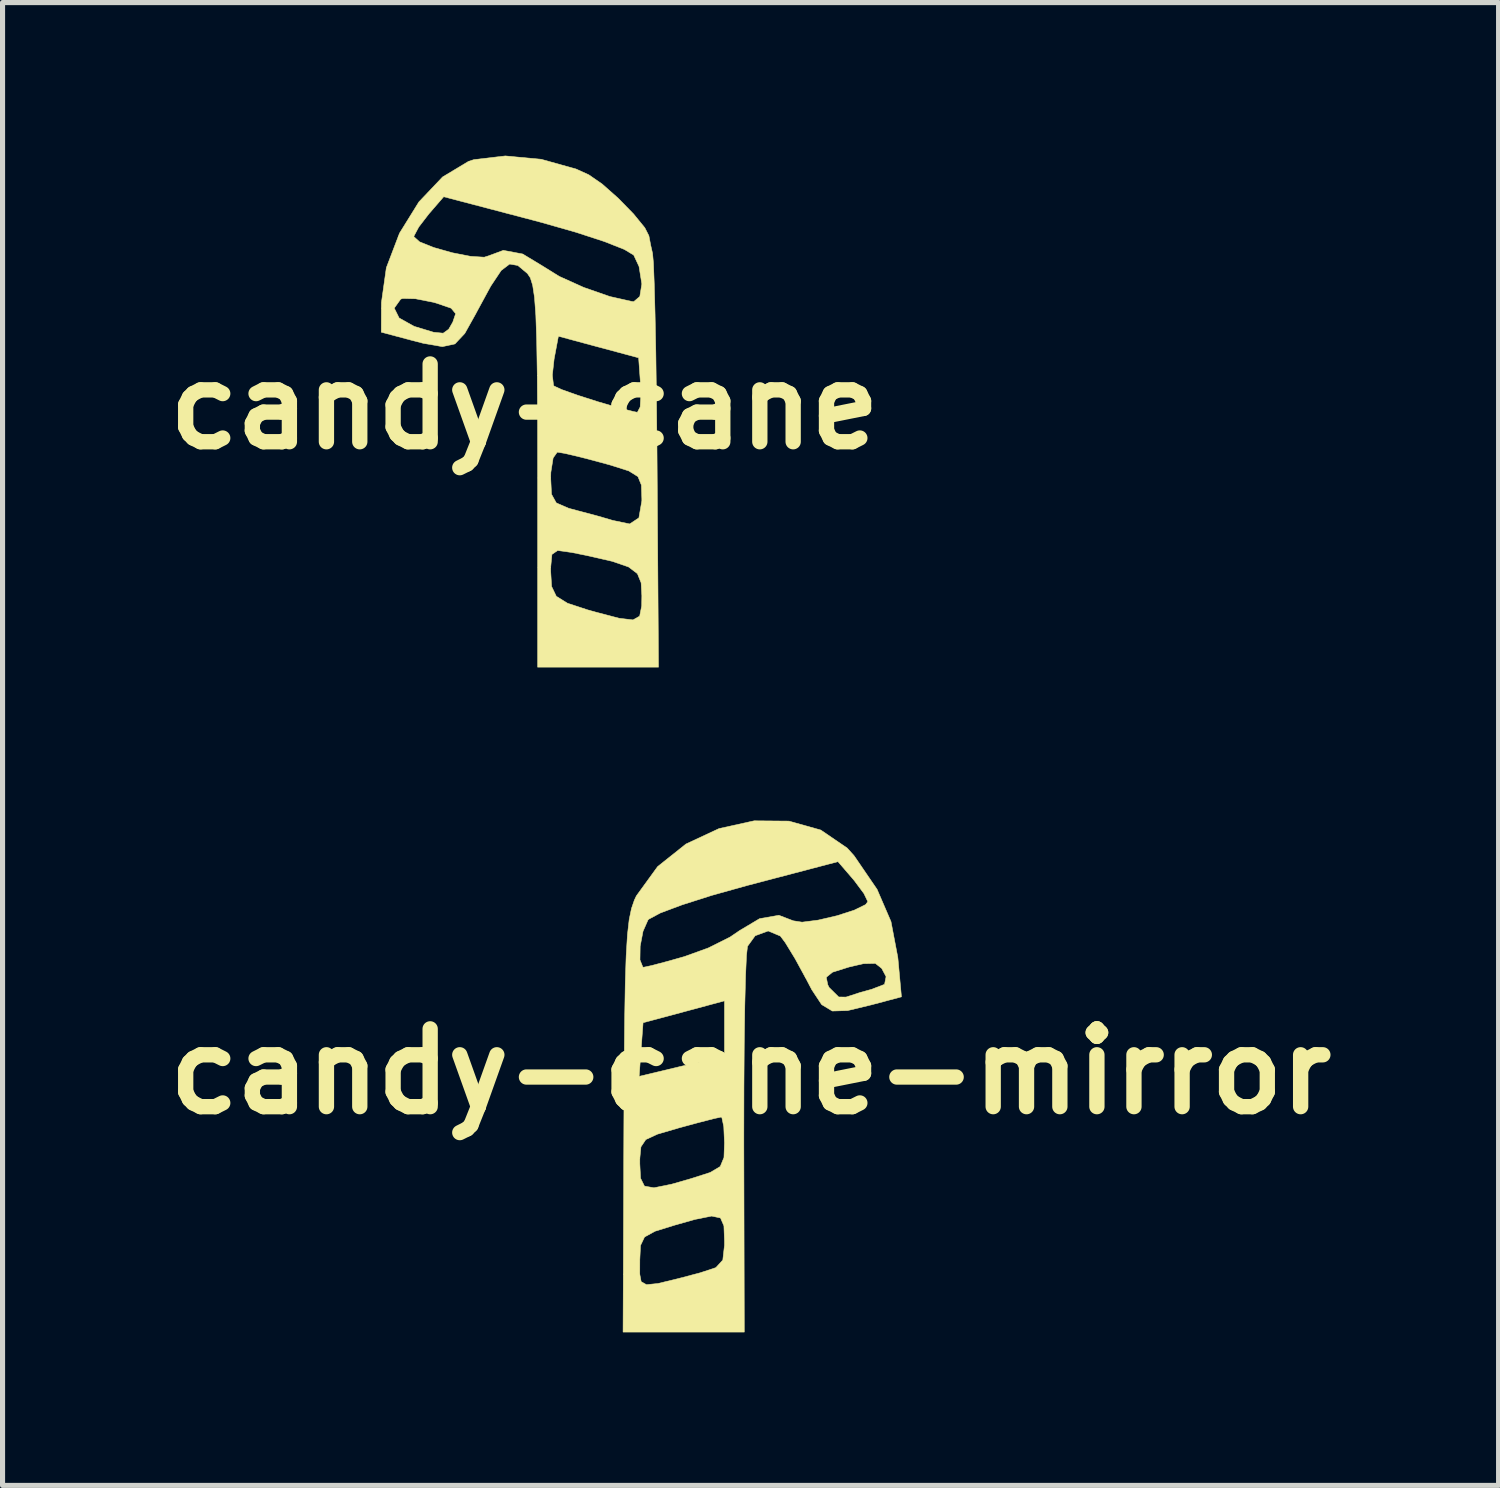
<source format=kicad_pcb>
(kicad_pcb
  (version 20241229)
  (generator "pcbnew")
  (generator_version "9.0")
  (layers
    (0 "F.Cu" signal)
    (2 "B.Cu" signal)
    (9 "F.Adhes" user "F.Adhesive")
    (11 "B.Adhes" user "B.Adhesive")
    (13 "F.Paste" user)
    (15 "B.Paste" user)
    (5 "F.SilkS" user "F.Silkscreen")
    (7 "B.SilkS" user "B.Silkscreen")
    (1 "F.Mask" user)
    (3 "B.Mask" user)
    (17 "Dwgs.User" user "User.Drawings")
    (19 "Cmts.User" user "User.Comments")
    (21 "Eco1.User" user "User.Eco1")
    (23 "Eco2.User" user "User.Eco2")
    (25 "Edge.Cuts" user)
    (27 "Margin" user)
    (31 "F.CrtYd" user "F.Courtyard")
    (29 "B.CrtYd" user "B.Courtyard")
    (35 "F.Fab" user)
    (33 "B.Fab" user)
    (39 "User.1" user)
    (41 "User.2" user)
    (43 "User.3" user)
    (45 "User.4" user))
  (footprint "candy-cane-mirror"
    (layer "F.Cu")
    (at 11.655 17.942)
    (property "Reference" "candy-cane-mirror" (at 0 0 0) (layer "F.SilkS") (effects (font (size 1.524 1.524) (thickness 0.3))))
    (attr through_hole)
    (fp_poly (pts (xy 0.752 -4.905) (xy 1.376 -4.73) (xy 1.893 -4.377) (xy 2.028 -4.227) (xy 2.479 -3.567) (xy 2.751 -2.937) (xy 2.884 -2.239) (xy 2.889 -2.193) (xy 2.956 -1.462) (xy 2.37 -1.306) (xy 1.901 -1.193) (xy 1.601 -1.184) (xy 1.393 -1.31) (xy 1.2 -1.601) (xy 1.086 -1.819) (xy 1.071 -1.845) (xy 1.483 -1.845) (xy 1.513 -1.697) (xy 1.54 -1.644) (xy 1.728 -1.459) (xy 1.872 -1.458) (xy 2.149 -1.548) (xy 2.373 -1.61) (xy 2.625 -1.707) (xy 2.655 -1.858) (xy 2.569 -2.02) (xy 2.445 -2.117) (xy 2.21 -2.112) (xy 1.931 -2.047) (xy 1.606 -1.945) (xy 1.483 -1.845) (xy 1.071 -1.845) (xy 0.871 -2.212) (xy 0.68 -2.525) (xy 0.584 -2.653) (xy 0.345 -2.753) (xy 0.09 -2.659) (xy -0.06 -2.452) (xy -0.08 -2.275) (xy -0.098 -1.877) (xy -0.113 -1.292) (xy -0.124 -0.554) (xy -0.13 0.301) (xy -0.132 1.24) (xy -0.132 1.431) (xy -0.123 5.106) (xy -2.498 5.106) (xy -2.493 3.971) (xy -2.171 3.971) (xy -2.143 4.119) (xy -2.039 4.177) (xy -1.814 4.154) (xy -1.421 4.059) (xy -0.989 3.945) (xy -0.68 3.843) (xy -0.544 3.695) (xy -0.511 3.406) (xy -0.511 3.314) (xy -0.522 3.025) (xy -0.589 2.87) (xy -0.762 2.833) (xy -1.091 2.899) (xy -1.48 3.009) (xy -1.871 3.13) (xy -2.077 3.243) (xy -2.156 3.409) (xy -2.17 3.69) (xy -2.17 3.724) (xy -2.171 3.971) (xy -2.493 3.971) (xy -2.485 1.808) (xy -2.17 1.808) (xy -2.155 2.093) (xy -2.079 2.246) (xy -1.893 2.279) (xy -1.548 2.209) (xy -1.172 2.101) (xy -0.791 1.979) (xy -0.594 1.862) (xy -0.521 1.686) (xy -0.511 1.399) (xy -0.525 1.081) (xy -0.562 0.906) (xy -0.576 0.893) (xy -0.725 0.925) (xy -1.045 1.008) (xy -1.406 1.106) (xy -1.823 1.228) (xy -2.052 1.334) (xy -2.148 1.477) (xy -2.17 1.708) (xy -2.17 1.808) (xy -2.485 1.808) (xy -2.482 1.053) (xy -2.477 0.096) (xy -2.183 0.096) (xy -1.347 -0.104) (xy -0.511 -0.304) (xy -0.511 -1.384) (xy -1.308 -1.169) (xy -2.106 -0.955) (xy -2.145 -0.429) (xy -2.183 0.096) (xy -2.477 0.096) (xy -2.476 -0.088) (xy -2.467 -1.003) (xy -2.455 -1.721) (xy -2.44 -2.186) (xy -2.167 -2.186) (xy -2.111 -2.046) (xy -2.094 -2.042) (xy -1.939 -2.075) (xy -1.617 -2.16) (xy -1.296 -2.251) (xy -0.826 -2.421) (xy -0.402 -2.633) (xy -0.214 -2.761) (xy 0.177 -2.994) (xy 0.555 -3.06) (xy 0.836 -2.952) (xy 1.009 -2.925) (xy 1.323 -2.965) (xy 1.692 -3.051) (xy 2.031 -3.16) (xy 2.255 -3.27) (xy 2.297 -3.328) (xy 2.221 -3.486) (xy 2.035 -3.736) (xy 2.005 -3.772) (xy 1.713 -4.111) (xy -0.069 -3.643) (xy -0.763 -3.449) (xy -1.343 -3.264) (xy -1.768 -3.105) (xy -1.993 -2.984) (xy -2.01 -2.967) (xy -2.107 -2.747) (xy -2.163 -2.453) (xy -2.167 -2.186) (xy -2.44 -2.186) (xy -2.437 -2.27) (xy -2.412 -2.679) (xy -2.378 -2.977) (xy -2.333 -3.193) (xy -2.277 -3.356) (xy -2.238 -3.439) (xy -1.821 -4.014) (xy -1.265 -4.457) (xy -0.617 -4.759) (xy 0.071 -4.911) (xy 0.752 -4.905)) (stroke (width 0.01) (type solid)) (fill yes) (layer "F.SilkS")))
  (footprint "candy-cane"
    (layer "F.Cu")
    (at 7.228 4.915)
    (property "Reference" "candy-cane" (at 0 0 0) (layer "F.SilkS") (effects (font (size 1.524 1.524) (thickness 0.3))))
    (attr through_hole)
    (fp_poly (pts (xy 0.327 -4.844) (xy 1.007 -4.654) (xy 1.257 -4.541) (xy 1.519 -4.36) (xy 1.832 -4.083) (xy 2.133 -3.775) (xy 2.355 -3.503) (xy 2.435 -3.346) (xy 2.471 -3.158) (xy 2.507 -2.999) (xy 2.524 -2.812) (xy 2.54 -2.402) (xy 2.556 -1.804) (xy 2.571 -1.052) (xy 2.583 -0.178) (xy 2.593 0.783) (xy 2.596 1.181) (xy 2.623 5.106) (xy 0.255 5.106) (xy 0.255 3.231) (xy 0.511 3.231) (xy 0.529 3.525) (xy 0.621 3.717) (xy 0.839 3.853) (xy 1.237 3.984) (xy 1.388 4.026) (xy 1.852 4.148) (xy 2.124 4.18) (xy 2.254 4.106) (xy 2.294 3.906) (xy 2.297 3.706) (xy 2.283 3.453) (xy 2.21 3.274) (xy 2.036 3.142) (xy 1.716 3.032) (xy 1.207 2.916) (xy 0.918 2.858) (xy 0.647 2.82) (xy 0.535 2.897) (xy 0.511 3.154) (xy 0.511 3.231) (xy 0.255 3.231) (xy 0.255 1.399) (xy 0.511 1.399) (xy 0.527 1.718) (xy 0.621 1.888) (xy 0.863 1.993) (xy 1.053 2.044) (xy 1.415 2.14) (xy 1.675 2.215) (xy 1.723 2.23) (xy 2.059 2.3) (xy 2.239 2.181) (xy 2.297 1.848) (xy 2.297 1.808) (xy 2.288 1.538) (xy 2.221 1.373) (xy 2.041 1.261) (xy 1.689 1.149) (xy 1.534 1.106) (xy 1.111 0.994) (xy 0.783 0.917) (xy 0.64 0.893) (xy 0.559 1.007) (xy 0.514 1.289) (xy 0.511 1.399) (xy 0.255 1.399) (xy 0.255 1.349) (xy 0.254 0.252) (xy 0.248 -0.613) (xy 0.543 -0.613) (xy 0.567 -0.415) (xy 0.577 -0.402) (xy 0.725 -0.333) (xy 1.038 -0.222) (xy 1.431 -0.096) (xy 1.822 0.019) (xy 2.128 0.097) (xy 2.209 0.113) (xy 2.264 0.009) (xy 2.28 -0.268) (xy 2.273 -0.414) (xy 2.234 -0.955) (xy 1.448 -1.166) (xy 0.662 -1.378) (xy 0.578 -0.931) (xy 0.543 -0.613) (xy 0.248 -0.613) (xy 0.248 -0.618) (xy 0.237 -1.288) (xy 0.22 -1.786) (xy 0.194 -2.139) (xy 0.158 -2.376) (xy 0.112 -2.523) (xy 0.055 -2.607) (xy -0.133 -2.764) (xy -0.293 -2.792) (xy -0.459 -2.666) (xy -0.663 -2.36) (xy -0.94 -1.85) (xy -0.956 -1.819) (xy -1.172 -1.432) (xy -1.365 -1.227) (xy -1.611 -1.174) (xy -1.989 -1.24) (xy -2.232 -1.303) (xy -2.808 -1.457) (xy -2.806 -1.928) (xy -2.554 -1.928) (xy -2.458 -1.735) (xy -2.166 -1.572) (xy -2.138 -1.563) (xy -1.785 -1.456) (xy -1.595 -1.437) (xy -1.487 -1.515) (xy -1.407 -1.654) (xy -1.351 -1.82) (xy -1.44 -1.927) (xy -1.725 -2.025) (xy -1.788 -2.043) (xy -2.138 -2.112) (xy -2.387 -2.118) (xy -2.428 -2.104) (xy -2.554 -1.928) (xy -2.806 -1.928) (xy -2.805 -2.037) (xy -2.709 -2.719) (xy -2.477 -3.328) (xy -2.17 -3.328) (xy -2.058 -3.227) (xy -1.778 -3.115) (xy -1.417 -3.013) (xy -1.059 -2.943) (xy -0.791 -2.926) (xy -0.708 -2.952) (xy -0.417 -3.06) (xy -0.038 -2.989) (xy 0.341 -2.76) (xy 0.679 -2.55) (xy 1.158 -2.334) (xy 1.668 -2.156) (xy 2.1 -2.059) (xy 2.138 -2.055) (xy 2.257 -2.156) (xy 2.297 -2.401) (xy 2.242 -2.744) (xy 2.138 -2.967) (xy 1.955 -3.078) (xy 1.565 -3.232) (xy 1.011 -3.413) (xy 0.335 -3.606) (xy 0.196 -3.643) (xy -1.585 -4.111) (xy -1.878 -3.772) (xy -2.074 -3.517) (xy -2.168 -3.34) (xy -2.17 -3.328) (xy -2.477 -3.328) (xy -2.451 -3.396) (xy -2.071 -4.009) (xy -1.607 -4.498) (xy -1.098 -4.804) (xy -0.992 -4.838) (xy -0.378 -4.91) (xy 0.327 -4.844)) (stroke (width 0.01) (type solid)) (fill yes) (layer "F.SilkS")))
  (gr_rect
    (start -3 -3)
    (end 26.31 26.052)
    (stroke (width 0.1) (type default))
    (fill no)
    (layer "Edge.Cuts")))
</source>
